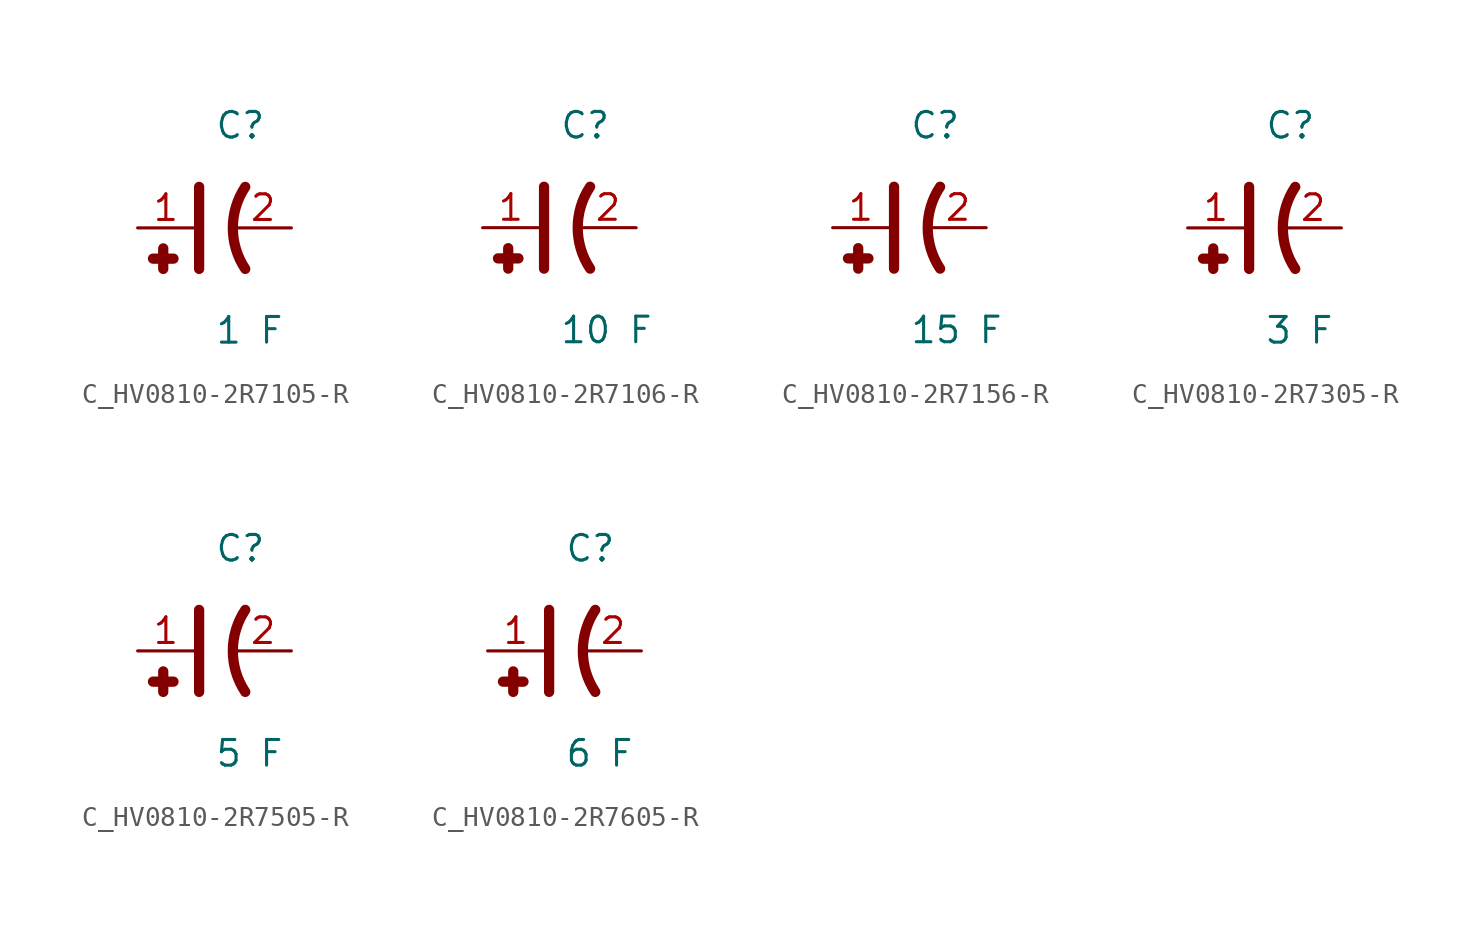
<source format=kicad_sym>
(kicad_symbol_lib
  (version 20231120)
  (generator kicad_symbol_editor)
  (generator_version 8.0)
  (symbol "C_HV0810-2R7105-R"
    (pin_names
      (offset 0.254))
    (property "Reference" "C"
      (at 0 5.08 0)
      (effects (font (size 1.27 1.27)) (justify left)))
    (property "Value" "1 F"
      (at 0 -5.08 0)
      (effects (font (size 1.27 1.27)) (justify left)))
    (symbol "C_HV0810-2R7105-R_0_1"
      (polyline (pts (xy -0.762 -2.032) (xy -0.762 2.032)) (stroke (width 0.508) (type default)) (fill (type none)))
      (polyline (pts (xy -2.54 -1.016) (xy -2.54 -2.032)) (stroke (width 0.508) (type default)) (fill (type none)))
      (polyline (pts (xy -2.032 -1.524) (xy -3.048 -1.524)) (stroke (width 0.508) (type default)) (fill (type none)))
      (arc (start 1.524 2.032) (mid 0.9088 0) (end 1.524 -2.032) (stroke (width 0.508) (type default)) (fill (type none))))
    (pin passive line
      (at -3.81 0 0)
      (length 2.8)
      (name "" (effects (font (size 1.27 1.27))))
      (number "1" (effects (font (size 1.27 1.27)))))
    (pin passive line
      (at 3.81 0 180)
      (length 2.8)
      (name "" (effects (font (size 1.27 1.27))))
      (number "2" (effects (font (size 1.27 1.27))))))
  (symbol "C_HV0810-2R7106-R"
    (pin_names
      (offset 0.254))
    (property "Reference" "C"
      (at 0 5.08 0)
      (effects (font (size 1.27 1.27)) (justify left)))
    (property "Value" "10 F"
      (at 0 -5.08 0)
      (effects (font (size 1.27 1.27)) (justify left)))
    (symbol "C_HV0810-2R7106-R_0_1"
      (polyline (pts (xy -0.762 -2.032) (xy -0.762 2.032)) (stroke (width 0.508) (type default)) (fill (type none)))
      (polyline (pts (xy -2.54 -1.016) (xy -2.54 -2.032)) (stroke (width 0.508) (type default)) (fill (type none)))
      (polyline (pts (xy -2.032 -1.524) (xy -3.048 -1.524)) (stroke (width 0.508) (type default)) (fill (type none)))
      (arc (start 1.524 2.032) (mid 0.9088 0) (end 1.524 -2.032) (stroke (width 0.508) (type default)) (fill (type none))))
    (pin passive line
      (at -3.81 0 0)
      (length 2.8)
      (name "" (effects (font (size 1.27 1.27))))
      (number "1" (effects (font (size 1.27 1.27)))))
    (pin passive line
      (at 3.81 0 180)
      (length 2.8)
      (name "" (effects (font (size 1.27 1.27))))
      (number "2" (effects (font (size 1.27 1.27))))))
  (symbol "C_HV0810-2R7156-R"
    (pin_names
      (offset 0.254))
    (property "Reference" "C"
      (at 0 5.08 0)
      (effects (font (size 1.27 1.27)) (justify left)))
    (property "Value" "15 F"
      (at 0 -5.08 0)
      (effects (font (size 1.27 1.27)) (justify left)))
    (symbol "C_HV0810-2R7156-R_0_1"
      (polyline (pts (xy -0.762 -2.032) (xy -0.762 2.032)) (stroke (width 0.508) (type default)) (fill (type none)))
      (polyline (pts (xy -2.54 -1.016) (xy -2.54 -2.032)) (stroke (width 0.508) (type default)) (fill (type none)))
      (polyline (pts (xy -2.032 -1.524) (xy -3.048 -1.524)) (stroke (width 0.508) (type default)) (fill (type none)))
      (arc (start 1.524 2.032) (mid 0.9088 0) (end 1.524 -2.032) (stroke (width 0.508) (type default)) (fill (type none))))
    (pin passive line
      (at -3.81 0 0)
      (length 2.8)
      (name "" (effects (font (size 1.27 1.27))))
      (number "1" (effects (font (size 1.27 1.27)))))
    (pin passive line
      (at 3.81 0 180)
      (length 2.8)
      (name "" (effects (font (size 1.27 1.27))))
      (number "2" (effects (font (size 1.27 1.27))))))
  (symbol "C_HV0810-2R7305-R"
    (pin_names
      (offset 0.254))
    (property "Reference" "C"
      (at 0 5.08 0)
      (effects (font (size 1.27 1.27)) (justify left)))
    (property "Value" "3 F"
      (at 0 -5.08 0)
      (effects (font (size 1.27 1.27)) (justify left)))
    (symbol "C_HV0810-2R7305-R_0_1"
      (polyline (pts (xy -0.762 -2.032) (xy -0.762 2.032)) (stroke (width 0.508) (type default)) (fill (type none)))
      (polyline (pts (xy -2.54 -1.016) (xy -2.54 -2.032)) (stroke (width 0.508) (type default)) (fill (type none)))
      (polyline (pts (xy -2.032 -1.524) (xy -3.048 -1.524)) (stroke (width 0.508) (type default)) (fill (type none)))
      (arc (start 1.524 2.032) (mid 0.9088 0) (end 1.524 -2.032) (stroke (width 0.508) (type default)) (fill (type none))))
    (pin passive line
      (at -3.81 0 0)
      (length 2.8)
      (name "" (effects (font (size 1.27 1.27))))
      (number "1" (effects (font (size 1.27 1.27)))))
    (pin passive line
      (at 3.81 0 180)
      (length 2.8)
      (name "" (effects (font (size 1.27 1.27))))
      (number "2" (effects (font (size 1.27 1.27))))))
  (symbol "C_HV0810-2R7505-R"
    (pin_names
      (offset 0.254))
    (property "Reference" "C"
      (at 0 5.08 0)
      (effects (font (size 1.27 1.27)) (justify left)))
    (property "Value" "5 F"
      (at 0 -5.08 0)
      (effects (font (size 1.27 1.27)) (justify left)))
    (symbol "C_HV0810-2R7505-R_0_1"
      (polyline (pts (xy -0.762 -2.032) (xy -0.762 2.032)) (stroke (width 0.508) (type default)) (fill (type none)))
      (polyline (pts (xy -2.54 -1.016) (xy -2.54 -2.032)) (stroke (width 0.508) (type default)) (fill (type none)))
      (polyline (pts (xy -2.032 -1.524) (xy -3.048 -1.524)) (stroke (width 0.508) (type default)) (fill (type none)))
      (arc (start 1.524 2.032) (mid 0.9088 0) (end 1.524 -2.032) (stroke (width 0.508) (type default)) (fill (type none))))
    (pin passive line
      (at -3.81 0 0)
      (length 2.8)
      (name "" (effects (font (size 1.27 1.27))))
      (number "1" (effects (font (size 1.27 1.27)))))
    (pin passive line
      (at 3.81 0 180)
      (length 2.8)
      (name "" (effects (font (size 1.27 1.27))))
      (number "2" (effects (font (size 1.27 1.27))))))
  (symbol "C_HV0810-2R7605-R"
    (pin_names
      (offset 0.254))
    (property "Reference" "C"
      (at 0 5.08 0)
      (effects (font (size 1.27 1.27)) (justify left)))
    (property "Value" "6 F"
      (at 0 -5.08 0)
      (effects (font (size 1.27 1.27)) (justify left)))
    (symbol "C_HV0810-2R7605-R_0_1"
      (polyline (pts (xy -0.762 -2.032) (xy -0.762 2.032)) (stroke (width 0.508) (type default)) (fill (type none)))
      (polyline (pts (xy -2.54 -1.016) (xy -2.54 -2.032)) (stroke (width 0.508) (type default)) (fill (type none)))
      (polyline (pts (xy -2.032 -1.524) (xy -3.048 -1.524)) (stroke (width 0.508) (type default)) (fill (type none)))
      (arc (start 1.524 2.032) (mid 0.9088 0) (end 1.524 -2.032) (stroke (width 0.508) (type default)) (fill (type none))))
    (pin passive line
      (at -3.81 0 0)
      (length 2.8)
      (name "" (effects (font (size 1.27 1.27))))
      (number "1" (effects (font (size 1.27 1.27)))))
    (pin passive line
      (at 3.81 0 180)
      (length 2.8)
      (name "" (effects (font (size 1.27 1.27))))
      (number "2" (effects (font (size 1.27 1.27)))))))
</source>
